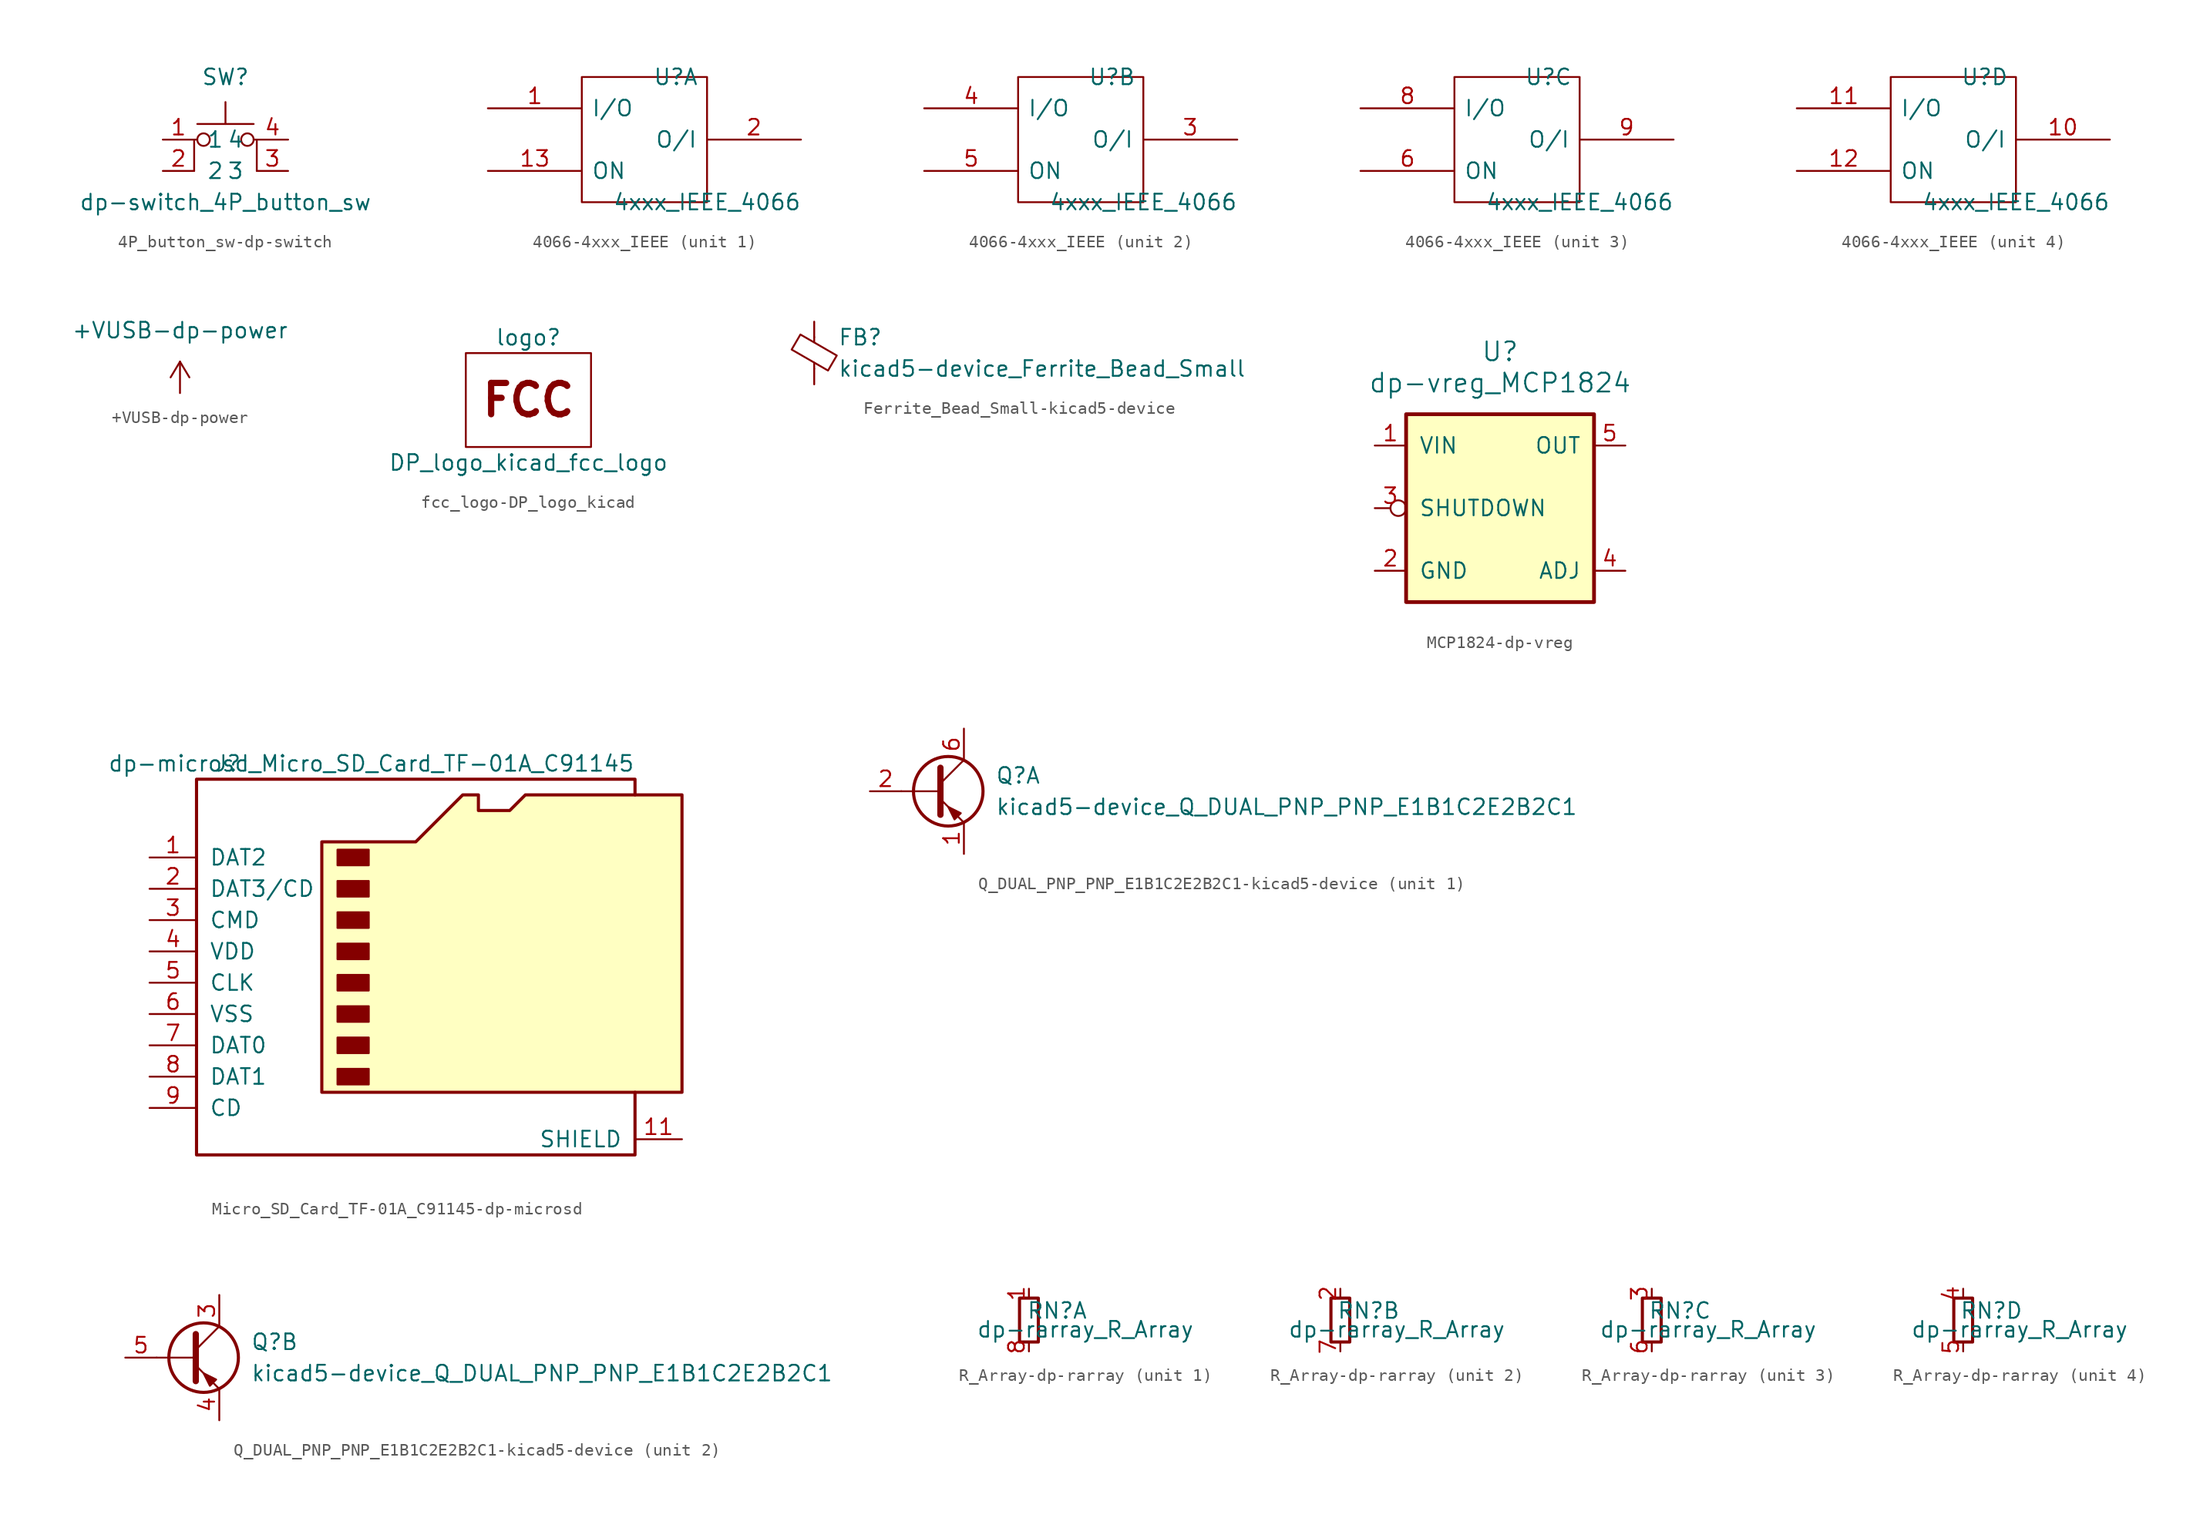
<source format=kicad_sym>
(kicad_symbol_lib
  (version 20220914)
  (generator kicad_symbol_editor)
  (symbol "4P_button_sw-dp-switch"
    (pin_names
      (offset 1.016))
    (property "Reference" "SW"
      (at 0 6.35 0)
      (effects (font (size 1.27 1.27))))
    (property "Value" "dp-switch_4P_button_sw"
      (at 0 -3.81 0)
      (effects (font (size 1.27 1.27))))
    (symbol "4P_button_sw-dp-switch_1_1"
      (circle (center -1.778 1.27) (radius 0.508) (stroke (width 0) (type solid)) (fill (type none)))
      (polyline (pts (xy -2.286 2.54) (xy 2.286 2.54)) (stroke (width 0) (type solid)) (fill (type none)))
      (polyline (pts (xy 0 2.54) (xy 0 4.318)) (stroke (width 0) (type solid)) (fill (type none)))
      (polyline (pts (xy -2.54 -1.27) (xy -2.54 1.27) (xy -2.286 1.27)) (stroke (width 0) (type solid)) (fill (type none)))
      (polyline (pts (xy 2.54 -1.27) (xy 2.54 1.27) (xy 2.286 1.27)) (stroke (width 0) (type solid)) (fill (type none)))
      (circle (center 1.778 1.27) (radius 0.508) (stroke (width 0) (type solid)) (fill (type none)))
      (pin passive line (at -5.08 1.27 0) (length 2.54) (name "1" (effects (font (size 1.27 1.27)))) (number "1" (effects (font (size 1.27 1.27)))))
      (pin passive line (at -5.08 -1.27 0) (length 2.54) (name "2" (effects (font (size 1.27 1.27)))) (number "2" (effects (font (size 1.27 1.27)))))
      (pin passive line (at 5.08 -1.27 180) (length 2.54) (name "3" (effects (font (size 1.27 1.27)))) (number "3" (effects (font (size 1.27 1.27)))))
      (pin passive line (at 5.08 1.27 180) (length 2.54) (name "4" (effects (font (size 1.27 1.27)))) (number "4" (effects (font (size 1.27 1.27)))))))
  (symbol "4066-4xxx_IEEE"
    (pin_names
      (offset 0.762))
    (property "Reference" "U"
      (at 2.54 5.08 0)
      (effects (font (size 1.27 1.27))))
    (property "Value" "4xxx_IEEE_4066"
      (at 5.08 -5.08 0)
      (effects (font (size 1.27 1.27))))
    (symbol "4066-4xxx_IEEE_0_1"
      (rectangle (start -5.08 5.08) (end 5.08 -5.08) (stroke (width 0) (type solid)) (fill (type none)))
      (pin power_in line (at 0 5.08 270) (length 0) hide (name "Vdd" (effects (font (size 1.27 1.27)))) (number "14" (effects (font (size 1.27 1.27)))))
      (pin power_in line (at 0 -5.08 90) (length 0) hide (name "Vss" (effects (font (size 1.27 1.27)))) (number "7" (effects (font (size 1.27 1.27))))))
    (symbol "4066-4xxx_IEEE_1_1"
      (pin passive line (at -12.7 2.54 0) (length 7.62) (name "I/O" (effects (font (size 1.27 1.27)))) (number "1" (effects (font (size 1.27 1.27)))))
      (pin input line (at -12.7 -2.54 0) (length 7.62) (name "ON" (effects (font (size 1.27 1.27)))) (number "13" (effects (font (size 1.27 1.27)))))
      (pin passive line (at 12.7 0 180) (length 7.62) (name "O/I" (effects (font (size 1.27 1.27)))) (number "2" (effects (font (size 1.27 1.27))))))
    (symbol "4066-4xxx_IEEE_2_1"
      (pin passive line (at 12.7 0 180) (length 7.62) (name "O/I" (effects (font (size 1.27 1.27)))) (number "3" (effects (font (size 1.27 1.27)))))
      (pin passive line (at -12.7 2.54 0) (length 7.62) (name "I/O" (effects (font (size 1.27 1.27)))) (number "4" (effects (font (size 1.27 1.27)))))
      (pin input line (at -12.7 -2.54 0) (length 7.62) (name "ON" (effects (font (size 1.27 1.27)))) (number "5" (effects (font (size 1.27 1.27))))))
    (symbol "4066-4xxx_IEEE_3_1"
      (pin input line (at -12.7 -2.54 0) (length 7.62) (name "ON" (effects (font (size 1.27 1.27)))) (number "6" (effects (font (size 1.27 1.27)))))
      (pin passive line (at -12.7 2.54 0) (length 7.62) (name "I/O" (effects (font (size 1.27 1.27)))) (number "8" (effects (font (size 1.27 1.27)))))
      (pin passive line (at 12.7 0 180) (length 7.62) (name "O/I" (effects (font (size 1.27 1.27)))) (number "9" (effects (font (size 1.27 1.27))))))
    (symbol "4066-4xxx_IEEE_4_1"
      (pin passive line (at 12.7 0 180) (length 7.62) (name "O/I" (effects (font (size 1.27 1.27)))) (number "10" (effects (font (size 1.27 1.27)))))
      (pin passive line (at -12.7 2.54 0) (length 7.62) (name "I/O" (effects (font (size 1.27 1.27)))) (number "11" (effects (font (size 1.27 1.27)))))
      (pin input line (at -12.7 -2.54 0) (length 7.62) (name "ON" (effects (font (size 1.27 1.27)))) (number "12" (effects (font (size 1.27 1.27)))))))
  (symbol "+VUSB-dp-power"
    (power)
    (pin_names
      (offset 1.016))
    (property "Reference" "#PWR"
      (at 0 0 0)
      (effects (font (size 1.27 1.27)) hide))
    (property "Value" "+VUSB-dp-power"
      (at 0 5.08 0)
      (effects (font (size 1.27 1.27))))
    (symbol "+VUSB-dp-power_0_1"
      (polyline (pts (xy 0 0) (xy 0 2.54)) (stroke (width 0) (type solid)) (fill (type none)))
      (polyline (pts (xy 0 2.54) (xy -0.762 1.27)) (stroke (width 0) (type solid)) (fill (type none)))
      (polyline (pts (xy 0 2.54) (xy 0.762 1.27)) (stroke (width 0) (type solid)) (fill (type none))))
    (symbol "+VUSB-dp-power_1_1"
      (pin power_in line (at 0 0 90) (length 0) hide (name "+VUSB" (effects (font (size 1.27 1.27)))) (number "1" (effects (font (size 1.27 1.27)))))))
  (symbol "fcc_logo-DP_logo_kicad"
    (pin_names
      (offset 1.016))
    (property "Reference" "logo"
      (at 0 5.08 0)
      (effects (font (size 1.27 1.27))))
    (property "Value" "DP_logo_kicad_fcc_logo"
      (at 0 -5.08 0)
      (effects (font (size 1.27 1.27))))
    (symbol "fcc_logo-DP_logo_kicad_0_0"
      (rectangle (start -5.08 3.81) (end 5.08 -3.81) (stroke (width 0) (type solid)) (fill (type none)))
      (text "FCC" (at 0 0 0) (effects (font (size 2.54 2.54) bold)))))
  (symbol "Ferrite_Bead_Small-kicad5-device"
    (pin_numbers hide)
    (pin_names
      (offset 0))
    (property "Reference" "FB"
      (at 1.905 1.27 0)
      (effects (font (size 1.27 1.27)) (justify left)))
    (property "Value" "kicad5-device_Ferrite_Bead_Small"
      (at 1.905 -1.27 0)
      (effects (font (size 1.27 1.27)) (justify left)))
    (symbol "Ferrite_Bead_Small-kicad5-device_0_1"
      (polyline (pts (xy 0 -1.27) (xy 0 -0.787)) (stroke (width 0) (type solid)) (fill (type none)))
      (polyline (pts (xy 0 0.889) (xy 0 1.295)) (stroke (width 0) (type solid)) (fill (type none)))
      (polyline (pts (xy -1.829 0.279) (xy -1.118 1.499) (xy 1.829 -0.203) (xy 1.118 -1.422) (xy -1.829 0.279)) (stroke (width 0) (type solid)) (fill (type none))))
    (symbol "Ferrite_Bead_Small-kicad5-device_1_1"
      (pin passive line (at 0 2.54 270) (length 1.27) (name "~" (effects (font (size 1.27 1.27)))) (number "1" (effects (font (size 1.27 1.27)))))
      (pin passive line (at 0 -2.54 90) (length 1.27) (name "~" (effects (font (size 1.27 1.27)))) (number "2" (effects (font (size 1.27 1.27)))))))
  (symbol "MCP1824-dp-vreg"
    (pin_names
      (offset 1.016))
    (property "Reference" "U"
      (at 0 12.7 0)
      (effects (font (size 1.524 1.524))))
    (property "Value" "dp-vreg_MCP1824"
      (at 0 10.16 0)
      (effects (font (size 1.524 1.524))))
    (symbol "MCP1824-dp-vreg_0_1"
      (rectangle (start -7.62 7.62) (end 7.62 -7.62) (stroke (width 0.305) (type solid)) (fill (type background))))
    (symbol "MCP1824-dp-vreg_1_1"
      (pin input line (at -10.16 5.08 0) (length 2.54) (name "VIN" (effects (font (size 1.27 1.27)))) (number "1" (effects (font (size 1.27 1.27)))))
      (pin input line (at -10.16 -5.08 0) (length 2.54) (name "GND" (effects (font (size 1.27 1.27)))) (number "2" (effects (font (size 1.27 1.27)))))
      (pin input inverted (at -10.16 0 0) (length 2.54) (name "SHUTDOWN" (effects (font (size 1.27 1.27)))) (number "3" (effects (font (size 1.27 1.27)))))
      (pin input line (at 10.16 -5.08 180) (length 2.54) (name "ADJ" (effects (font (size 1.27 1.27)))) (number "4" (effects (font (size 1.27 1.27)))))
      (pin power_out line (at 10.16 5.08 180) (length 2.54) (name "OUT" (effects (font (size 1.27 1.27)))) (number "5" (effects (font (size 1.27 1.27)))))))
  (symbol "Micro_SD_Card_TF-01A_C91145-dp-microsd"
    (pin_names
      (offset 1.016))
    (property "Reference" "J"
      (at -16.51 15.24 0)
      (effects (font (size 1.27 1.27))))
    (property "Value" "dp-microsd_Micro_SD_Card_TF-01A_C91145"
      (at 16.51 15.24 0)
      (effects (font (size 1.27 1.27)) (justify right)))
    (symbol "Micro_SD_Card_TF-01A_C91145-dp-microsd_0_1"
      (rectangle (start -7.62 -9.525) (end -5.08 -10.795) (stroke (width 0) (type solid)) (fill (type outline)))
      (rectangle (start -7.62 -6.985) (end -5.08 -8.255) (stroke (width 0) (type solid)) (fill (type outline)))
      (rectangle (start -7.62 -4.445) (end -5.08 -5.715) (stroke (width 0) (type solid)) (fill (type outline)))
      (rectangle (start -7.62 -1.905) (end -5.08 -3.175) (stroke (width 0) (type solid)) (fill (type outline)))
      (rectangle (start -7.62 0.635) (end -5.08 -0.635) (stroke (width 0) (type solid)) (fill (type outline)))
      (rectangle (start -7.62 3.175) (end -5.08 1.905) (stroke (width 0) (type solid)) (fill (type outline)))
      (rectangle (start -7.62 5.715) (end -5.08 4.445) (stroke (width 0) (type solid)) (fill (type outline)))
      (rectangle (start -7.62 8.255) (end -5.08 6.985) (stroke (width 0) (type solid)) (fill (type outline)))
      (polyline (pts (xy 16.51 12.7) (xy 16.51 13.97) (xy -19.05 13.97) (xy -19.05 -16.51) (xy 16.51 -16.51) (xy 16.51 -11.43)) (stroke (width 0.254) (type solid)) (fill (type none)))
      (polyline (pts (xy -8.89 -11.43) (xy -8.89 8.89) (xy -1.27 8.89) (xy 2.54 12.7) (xy 3.81 12.7) (xy 3.81 11.43) (xy 6.35 11.43) (xy 7.62 12.7) (xy 20.32 12.7) (xy 20.32 -11.43) (xy -8.89 -11.43)) (stroke (width 0.254) (type solid)) (fill (type background))))
    (symbol "Micro_SD_Card_TF-01A_C91145-dp-microsd_1_1"
      (pin bidirectional line (at -22.86 7.62 0) (length 3.81) (name "DAT2" (effects (font (size 1.27 1.27)))) (number "1" (effects (font (size 1.27 1.27)))))
      (pin passive line (at 20.32 -15.24 180) (length 3.81) (name "SHIELD" (effects (font (size 1.27 1.27)))) (number "11" (effects (font (size 1.27 1.27)))))
      (pin bidirectional line (at -22.86 5.08 0) (length 3.81) (name "DAT3/CD" (effects (font (size 1.27 1.27)))) (number "2" (effects (font (size 1.27 1.27)))))
      (pin input line (at -22.86 2.54 0) (length 3.81) (name "CMD" (effects (font (size 1.27 1.27)))) (number "3" (effects (font (size 1.27 1.27)))))
      (pin power_in line (at -22.86 0 0) (length 3.81) (name "VDD" (effects (font (size 1.27 1.27)))) (number "4" (effects (font (size 1.27 1.27)))))
      (pin input line (at -22.86 -2.54 0) (length 3.81) (name "CLK" (effects (font (size 1.27 1.27)))) (number "5" (effects (font (size 1.27 1.27)))))
      (pin power_in line (at -22.86 -5.08 0) (length 3.81) (name "VSS" (effects (font (size 1.27 1.27)))) (number "6" (effects (font (size 1.27 1.27)))))
      (pin bidirectional line (at -22.86 -7.62 0) (length 3.81) (name "DAT0" (effects (font (size 1.27 1.27)))) (number "7" (effects (font (size 1.27 1.27)))))
      (pin bidirectional line (at -22.86 -10.16 0) (length 3.81) (name "DAT1" (effects (font (size 1.27 1.27)))) (number "8" (effects (font (size 1.27 1.27)))))
      (pin passive line (at -22.86 -12.7 0) (length 3.81) (name "CD" (effects (font (size 1.27 1.27)))) (number "9" (effects (font (size 1.27 1.27)))))))
  (symbol "Q_DUAL_PNP_PNP_E1B1C2E2B2C1-kicad5-device"
    (pin_names
      (offset 0) hide)
    (property "Reference" "Q"
      (at 5.08 1.27 0)
      (effects (font (size 1.27 1.27)) (justify left)))
    (property "Value" "kicad5-device_Q_DUAL_PNP_PNP_E1B1C2E2B2C1"
      (at 5.08 -1.27 0)
      (effects (font (size 1.27 1.27)) (justify left)))
    (property "ki_locked" ""
      (at 0 0 0)
      (effects (font (size 1.27 1.27))))
    (symbol "Q_DUAL_PNP_PNP_E1B1C2E2B2C1-kicad5-device_0_1"
      (polyline (pts (xy 0.635 0) (xy -2.54 0)) (stroke (width 0) (type solid)) (fill (type none)))
      (polyline (pts (xy 0.635 0.635) (xy 2.54 2.54)) (stroke (width 0) (type solid)) (fill (type none)))
      (polyline (pts (xy 0.635 -0.635) (xy 2.54 -2.54) (xy 2.54 -2.54)) (stroke (width 0) (type solid)) (fill (type none)))
      (polyline (pts (xy 0.635 1.905) (xy 0.635 -1.905) (xy 0.635 -1.905)) (stroke (width 0.508) (type solid)) (fill (type none)))
      (polyline (pts (xy 2.286 -1.778) (xy 1.778 -2.286) (xy 1.27 -1.27) (xy 2.286 -1.778) (xy 2.286 -1.778)) (stroke (width 0) (type solid)) (fill (type outline)))
      (circle (center 1.27 0) (radius 2.819) (stroke (width 0.254) (type solid)) (fill (type none))))
    (symbol "Q_DUAL_PNP_PNP_E1B1C2E2B2C1-kicad5-device_1_1"
      (pin passive line (at 2.54 -5.08 90) (length 2.54) (name "E1" (effects (font (size 1.27 1.27)))) (number "1" (effects (font (size 1.27 1.27)))))
      (pin input line (at -5.08 0 0) (length 2.54) (name "B1" (effects (font (size 1.27 1.27)))) (number "2" (effects (font (size 1.27 1.27)))))
      (pin passive line (at 2.54 5.08 270) (length 2.54) (name "C1" (effects (font (size 1.27 1.27)))) (number "6" (effects (font (size 1.27 1.27))))))
    (symbol "Q_DUAL_PNP_PNP_E1B1C2E2B2C1-kicad5-device_2_1"
      (pin passive line (at 2.54 5.08 270) (length 2.54) (name "C2" (effects (font (size 1.27 1.27)))) (number "3" (effects (font (size 1.27 1.27)))))
      (pin passive line (at 2.54 -5.08 90) (length 2.54) (name "E2" (effects (font (size 1.27 1.27)))) (number "4" (effects (font (size 1.27 1.27)))))
      (pin input line (at -5.08 0 0) (length 2.54) (name "B2" (effects (font (size 1.27 1.27)))) (number "5" (effects (font (size 1.27 1.27)))))))
  (symbol "R_Array-dp-rarray"
    (pin_names
      (offset 0) hide)
    (property "Reference" "RN"
      (at 2.286 0.762 0)
      (effects (font (size 1.27 1.27))))
    (property "Value" "dp-rarray_R_Array"
      (at 4.572 -0.762 0)
      (effects (font (size 1.27 1.27))))
    (symbol "R_Array-dp-rarray_0_1"
      (rectangle (start 0.762 1.778) (end -0.762 -1.778) (stroke (width 0.254) (type solid)) (fill (type none))))
    (symbol "R_Array-dp-rarray_1_1"
      (pin passive line (at 0 2.54 270) (length 0.762) (name "R1.1" (effects (font (size 1.27 1.27)))) (number "1" (effects (font (size 1.27 1.27)))))
      (pin passive line (at 0 -2.54 90) (length 0.762) (name "R1.8" (effects (font (size 1.27 1.27)))) (number "8" (effects (font (size 1.27 1.27))))))
    (symbol "R_Array-dp-rarray_2_1"
      (pin passive line (at 0 2.54 270) (length 0.762) (name "R1.1" (effects (font (size 1.27 1.27)))) (number "2" (effects (font (size 1.27 1.27)))))
      (pin passive line (at 0 -2.54 90) (length 0.762) (name "R1.8" (effects (font (size 1.27 1.27)))) (number "7" (effects (font (size 1.27 1.27))))))
    (symbol "R_Array-dp-rarray_3_1"
      (pin passive line (at 0 2.54 270) (length 0.762) (name "R1.1" (effects (font (size 1.27 1.27)))) (number "3" (effects (font (size 1.27 1.27)))))
      (pin passive line (at 0 -2.54 90) (length 0.762) (name "R1.8" (effects (font (size 1.27 1.27)))) (number "6" (effects (font (size 1.27 1.27))))))
    (symbol "R_Array-dp-rarray_4_1"
      (pin passive line (at 0 2.54 270) (length 0.762) (name "R1.1" (effects (font (size 1.27 1.27)))) (number "4" (effects (font (size 1.27 1.27)))))
      (pin passive line (at 0 -2.54 90) (length 0.762) (name "R1.8" (effects (font (size 1.27 1.27)))) (number "5" (effects (font (size 1.27 1.27))))))))
</source>
